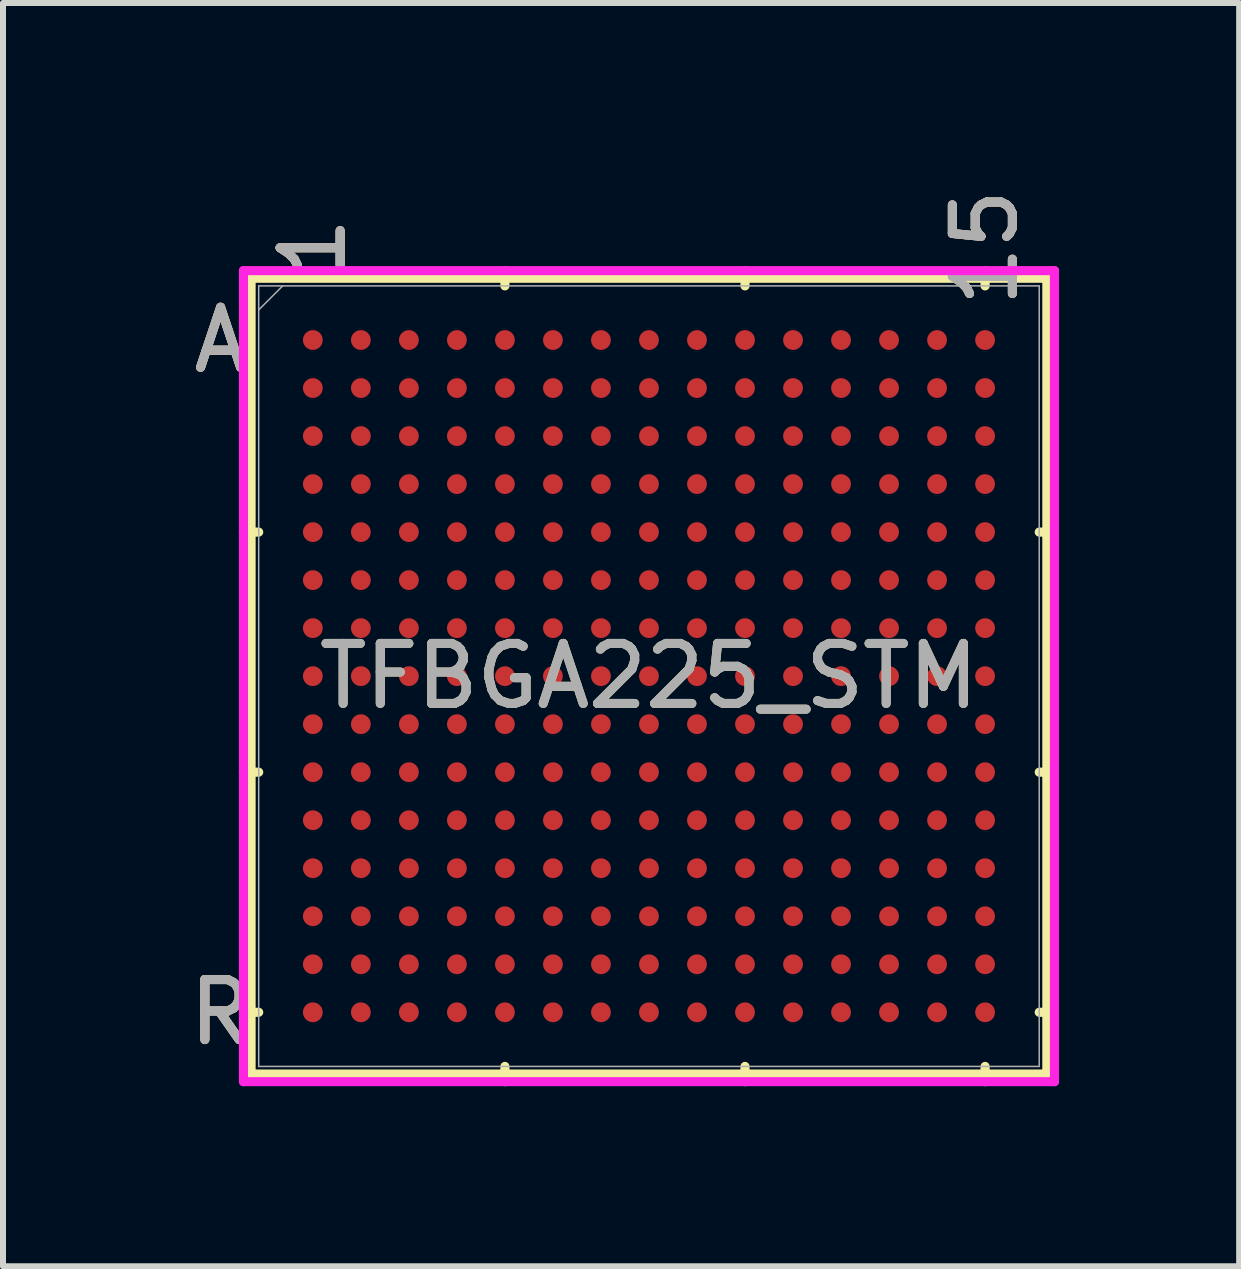
<source format=kicad_pcb>
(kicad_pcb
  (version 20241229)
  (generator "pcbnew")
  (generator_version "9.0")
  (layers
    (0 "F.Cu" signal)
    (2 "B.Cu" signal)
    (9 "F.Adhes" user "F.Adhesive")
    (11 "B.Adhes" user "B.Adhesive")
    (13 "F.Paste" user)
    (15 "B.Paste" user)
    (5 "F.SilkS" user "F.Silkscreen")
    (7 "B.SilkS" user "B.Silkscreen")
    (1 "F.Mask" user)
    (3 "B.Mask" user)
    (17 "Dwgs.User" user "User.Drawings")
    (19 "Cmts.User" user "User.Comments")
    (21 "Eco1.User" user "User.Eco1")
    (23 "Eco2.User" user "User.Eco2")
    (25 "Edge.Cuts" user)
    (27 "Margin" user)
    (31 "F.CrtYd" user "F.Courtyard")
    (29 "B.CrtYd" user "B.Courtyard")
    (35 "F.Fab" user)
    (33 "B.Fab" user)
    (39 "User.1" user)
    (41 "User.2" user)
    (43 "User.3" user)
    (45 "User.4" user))
  (footprint "TFBGA225_STM"
    (layer "F.Cu")
    (at 7.762 8.215)
    (property "Reference" "TFBGA225_STM" (at 0 0 0) (unlocked yes) (layer "F.SilkS") (effects (font (size 1 1) (thickness 0.15))))
    (attr smd)
    (fp_line (start -6.629 -6.629) (end -6.629 6.629) (stroke (width 0.152) (type solid)) (layer "F.SilkS"))
    (fp_line (start -6.629 6.629) (end 6.629 6.629) (stroke (width 0.152) (type solid)) (layer "F.SilkS"))
    (fp_line (start -6.502 -2.4) (end -6.756 -2.4) (stroke (width 0.152) (type solid)) (layer "F.SilkS"))
    (fp_line (start -6.502 1.6) (end -6.756 1.6) (stroke (width 0.152) (type solid)) (layer "F.SilkS"))
    (fp_line (start -6.502 5.6) (end -6.756 5.6) (stroke (width 0.152) (type solid)) (layer "F.SilkS"))
    (fp_line (start -2.4 -6.502) (end -2.4 -6.756) (stroke (width 0.152) (type solid)) (layer "F.SilkS"))
    (fp_line (start -2.4 6.502) (end -2.4 6.756) (stroke (width 0.152) (type solid)) (layer "F.SilkS"))
    (fp_line (start 1.6 -6.502) (end 1.6 -6.756) (stroke (width 0.152) (type solid)) (layer "F.SilkS"))
    (fp_line (start 1.6 6.502) (end 1.6 6.756) (stroke (width 0.152) (type solid)) (layer "F.SilkS"))
    (fp_line (start 5.6 -6.502) (end 5.6 -6.756) (stroke (width 0.152) (type solid)) (layer "F.SilkS"))
    (fp_line (start 5.6 6.502) (end 5.6 6.756) (stroke (width 0.152) (type solid)) (layer "F.SilkS"))
    (fp_line (start 6.502 -2.4) (end 6.756 -2.4) (stroke (width 0.152) (type solid)) (layer "F.SilkS"))
    (fp_line (start 6.502 1.6) (end 6.756 1.6) (stroke (width 0.152) (type solid)) (layer "F.SilkS"))
    (fp_line (start 6.502 5.6) (end 6.756 5.6) (stroke (width 0.152) (type solid)) (layer "F.SilkS"))
    (fp_line (start 6.629 -6.629) (end -6.629 -6.629) (stroke (width 0.152) (type solid)) (layer "F.SilkS"))
    (fp_line (start 6.629 6.629) (end 6.629 -6.629) (stroke (width 0.152) (type solid)) (layer "F.SilkS"))
    (fp_poly (pts (xy -6.444 -6.444) (xy 6.444 -6.444) (xy 6.444 6.444) (xy -6.444 6.444)) (stroke (width 0.1) (type solid)) (fill no) (layer "Eco2.User"))
    (fp_line (start -6.756 -6.756) (end 6.756 -6.756) (stroke (width 0.152) (type solid)) (layer "F.CrtYd"))
    (fp_line (start -6.756 6.756) (end -6.756 -6.756) (stroke (width 0.152) (type solid)) (layer "F.CrtYd"))
    (fp_line (start 6.756 -6.756) (end 6.756 6.756) (stroke (width 0.152) (type solid)) (layer "F.CrtYd"))
    (fp_line (start 6.756 6.756) (end -6.756 6.756) (stroke (width 0.152) (type solid)) (layer "F.CrtYd"))
    (fp_line (start -6.502 -6.502) (end -6.502 6.502) (stroke (width 0.025) (type solid)) (layer "F.Fab"))
    (fp_line (start -6.502 6.502) (end 6.502 6.502) (stroke (width 0.025) (type solid)) (layer "F.Fab"))
    (fp_line (start -6.102 -6.502) (end -6.502 -6.102) (stroke (width 0.025) (type solid)) (layer "F.Fab"))
    (fp_line (start 6.502 -6.502) (end -6.502 -6.502) (stroke (width 0.025) (type solid)) (layer "F.Fab"))
    (fp_line (start 6.502 6.502) (end 6.502 -6.502) (stroke (width 0.025) (type solid)) (layer "F.Fab"))
    (fp_text user "R" (at -7.137 5.6 0) (unlocked yes) (layer "F.SilkS") (effects (font (size 1 1) (thickness 0.15))))
    (fp_text user "A" (at -7.137 -5.6 0) (unlocked yes) (layer "F.SilkS") (effects (font (size 1 1) (thickness 0.15))))
    (fp_text user "15" (at 5.6 -7.137 90) (unlocked yes) (layer "F.SilkS") (effects (font (size 1 1) (thickness 0.15))))
    (fp_text user "1" (at -5.6 -7.137 90) (unlocked yes) (layer "F.SilkS") (effects (font (size 1 1) (thickness 0.15))))
    (fp_text user "A" (at -7.137 -5.6 0) (unlocked yes) (layer "B.SilkS") (effects (font (size 1 1) (thickness 0.15))))
    (fp_text user "15" (at 5.6 -7.137 90) (unlocked yes) (layer "B.SilkS") (effects (font (size 1 1) (thickness 0.15))))
    (fp_text user "R" (at -7.137 5.6 0) (unlocked yes) (layer "B.SilkS") (effects (font (size 1 1) (thickness 0.15))))
    (fp_text user "1" (at -5.6 -7.137 90) (unlocked yes) (layer "B.SilkS") (effects (font (size 1 1) (thickness 0.15))))
    (fp_text user "${REFERENCE}" (at 0 0 0) (unlocked yes) (layer "F.Fab") (effects (font (size 1 1) (thickness 0.15))))
    (fp_text user "15" (at 5.6 -7.137 90) (unlocked yes) (layer "F.Fab") (effects (font (size 1 1) (thickness 0.15))))
    (fp_text user "A" (at -7.137 -5.6 0) (unlocked yes) (layer "F.Fab") (effects (font (size 1 1) (thickness 0.15))))
    (fp_text user "1" (at -5.6 -7.137 90) (unlocked yes) (layer "F.Fab") (effects (font (size 1 1) (thickness 0.15))))
    (fp_text user "R" (at -7.137 5.6 0) (unlocked yes) (layer "F.Fab") (effects (font (size 1 1) (thickness 0.15))))
    (pad "A1" smd circle (at -5.6 -5.6) (size 0.33 0.33) (layers "F.Cu" "F.Mask" "F.Paste"))
    (pad "A2" smd circle (at -4.8 -5.6) (size 0.33 0.33) (layers "F.Cu" "F.Mask" "F.Paste"))
    (pad "A3" smd circle (at -4 -5.6) (size 0.33 0.33) (layers "F.Cu" "F.Mask" "F.Paste"))
    (pad "A4" smd circle (at -3.2 -5.6) (size 0.33 0.33) (layers "F.Cu" "F.Mask" "F.Paste"))
    (pad "A5" smd circle (at -2.4 -5.6) (size 0.33 0.33) (layers "F.Cu" "F.Mask" "F.Paste"))
    (pad "A6" smd circle (at -1.6 -5.6) (size 0.33 0.33) (layers "F.Cu" "F.Mask" "F.Paste"))
    (pad "A7" smd circle (at -0.8 -5.6) (size 0.33 0.33) (layers "F.Cu" "F.Mask" "F.Paste"))
    (pad "A8" smd circle (at 0 -5.6) (size 0.33 0.33) (layers "F.Cu" "F.Mask" "F.Paste"))
    (pad "A9" smd circle (at 0.8 -5.6) (size 0.33 0.33) (layers "F.Cu" "F.Mask" "F.Paste"))
    (pad "A10" smd circle (at 1.6 -5.6) (size 0.33 0.33) (layers "F.Cu" "F.Mask" "F.Paste"))
    (pad "A11" smd circle (at 2.4 -5.6) (size 0.33 0.33) (layers "F.Cu" "F.Mask" "F.Paste"))
    (pad "A12" smd circle (at 3.2 -5.6) (size 0.33 0.33) (layers "F.Cu" "F.Mask" "F.Paste"))
    (pad "A13" smd circle (at 4 -5.6) (size 0.33 0.33) (layers "F.Cu" "F.Mask" "F.Paste"))
    (pad "A14" smd circle (at 4.8 -5.6) (size 0.33 0.33) (layers "F.Cu" "F.Mask" "F.Paste"))
    (pad "A15" smd circle (at 5.6 -5.6) (size 0.33 0.33) (layers "F.Cu" "F.Mask" "F.Paste"))
    (pad "B1" smd circle (at -5.6 -4.8) (size 0.33 0.33) (layers "F.Cu" "F.Mask" "F.Paste"))
    (pad "B2" smd circle (at -4.8 -4.8) (size 0.33 0.33) (layers "F.Cu" "F.Mask" "F.Paste"))
    (pad "B3" smd circle (at -4 -4.8) (size 0.33 0.33) (layers "F.Cu" "F.Mask" "F.Paste"))
    (pad "B4" smd circle (at -3.2 -4.8) (size 0.33 0.33) (layers "F.Cu" "F.Mask" "F.Paste"))
    (pad "B5" smd circle (at -2.4 -4.8) (size 0.33 0.33) (layers "F.Cu" "F.Mask" "F.Paste"))
    (pad "B6" smd circle (at -1.6 -4.8) (size 0.33 0.33) (layers "F.Cu" "F.Mask" "F.Paste"))
    (pad "B7" smd circle (at -0.8 -4.8) (size 0.33 0.33) (layers "F.Cu" "F.Mask" "F.Paste"))
    (pad "B8" smd circle (at 0 -4.8) (size 0.33 0.33) (layers "F.Cu" "F.Mask" "F.Paste"))
    (pad "B9" smd circle (at 0.8 -4.8) (size 0.33 0.33) (layers "F.Cu" "F.Mask" "F.Paste"))
    (pad "B10" smd circle (at 1.6 -4.8) (size 0.33 0.33) (layers "F.Cu" "F.Mask" "F.Paste"))
    (pad "B11" smd circle (at 2.4 -4.8) (size 0.33 0.33) (layers "F.Cu" "F.Mask" "F.Paste"))
    (pad "B12" smd circle (at 3.2 -4.8) (size 0.33 0.33) (layers "F.Cu" "F.Mask" "F.Paste"))
    (pad "B13" smd circle (at 4 -4.8) (size 0.33 0.33) (layers "F.Cu" "F.Mask" "F.Paste"))
    (pad "B14" smd circle (at 4.8 -4.8) (size 0.33 0.33) (layers "F.Cu" "F.Mask" "F.Paste"))
    (pad "B15" smd circle (at 5.6 -4.8) (size 0.33 0.33) (layers "F.Cu" "F.Mask" "F.Paste"))
    (pad "C1" smd circle (at -5.6 -4) (size 0.33 0.33) (layers "F.Cu" "F.Mask" "F.Paste"))
    (pad "C2" smd circle (at -4.8 -4) (size 0.33 0.33) (layers "F.Cu" "F.Mask" "F.Paste"))
    (pad "C3" smd circle (at -4 -4) (size 0.33 0.33) (layers "F.Cu" "F.Mask" "F.Paste"))
    (pad "C4" smd circle (at -3.2 -4) (size 0.33 0.33) (layers "F.Cu" "F.Mask" "F.Paste"))
    (pad "C5" smd circle (at -2.4 -4) (size 0.33 0.33) (layers "F.Cu" "F.Mask" "F.Paste"))
    (pad "C6" smd circle (at -1.6 -4) (size 0.33 0.33) (layers "F.Cu" "F.Mask" "F.Paste"))
    (pad "C7" smd circle (at -0.8 -4) (size 0.33 0.33) (layers "F.Cu" "F.Mask" "F.Paste"))
    (pad "C8" smd circle (at 0 -4) (size 0.33 0.33) (layers "F.Cu" "F.Mask" "F.Paste"))
    (pad "C9" smd circle (at 0.8 -4) (size 0.33 0.33) (layers "F.Cu" "F.Mask" "F.Paste"))
    (pad "C10" smd circle (at 1.6 -4) (size 0.33 0.33) (layers "F.Cu" "F.Mask" "F.Paste"))
    (pad "C11" smd circle (at 2.4 -4) (size 0.33 0.33) (layers "F.Cu" "F.Mask" "F.Paste"))
    (pad "C12" smd circle (at 3.2 -4) (size 0.33 0.33) (layers "F.Cu" "F.Mask" "F.Paste"))
    (pad "C13" smd circle (at 4 -4) (size 0.33 0.33) (layers "F.Cu" "F.Mask" "F.Paste"))
    (pad "C14" smd circle (at 4.8 -4) (size 0.33 0.33) (layers "F.Cu" "F.Mask" "F.Paste"))
    (pad "C15" smd circle (at 5.6 -4) (size 0.33 0.33) (layers "F.Cu" "F.Mask" "F.Paste"))
    (pad "D1" smd circle (at -5.6 -3.2) (size 0.33 0.33) (layers "F.Cu" "F.Mask" "F.Paste"))
    (pad "D2" smd circle (at -4.8 -3.2) (size 0.33 0.33) (layers "F.Cu" "F.Mask" "F.Paste"))
    (pad "D3" smd circle (at -4 -3.2) (size 0.33 0.33) (layers "F.Cu" "F.Mask" "F.Paste"))
    (pad "D4" smd circle (at -3.2 -3.2) (size 0.33 0.33) (layers "F.Cu" "F.Mask" "F.Paste"))
    (pad "D5" smd circle (at -2.4 -3.2) (size 0.33 0.33) (layers "F.Cu" "F.Mask" "F.Paste"))
    (pad "D6" smd circle (at -1.6 -3.2) (size 0.33 0.33) (layers "F.Cu" "F.Mask" "F.Paste"))
    (pad "D7" smd circle (at -0.8 -3.2) (size 0.33 0.33) (layers "F.Cu" "F.Mask" "F.Paste"))
    (pad "D8" smd circle (at 0 -3.2) (size 0.33 0.33) (layers "F.Cu" "F.Mask" "F.Paste"))
    (pad "D9" smd circle (at 0.8 -3.2) (size 0.33 0.33) (layers "F.Cu" "F.Mask" "F.Paste"))
    (pad "D10" smd circle (at 1.6 -3.2) (size 0.33 0.33) (layers "F.Cu" "F.Mask" "F.Paste"))
    (pad "D11" smd circle (at 2.4 -3.2) (size 0.33 0.33) (layers "F.Cu" "F.Mask" "F.Paste"))
    (pad "D12" smd circle (at 3.2 -3.2) (size 0.33 0.33) (layers "F.Cu" "F.Mask" "F.Paste"))
    (pad "D13" smd circle (at 4 -3.2) (size 0.33 0.33) (layers "F.Cu" "F.Mask" "F.Paste"))
    (pad "D14" smd circle (at 4.8 -3.2) (size 0.33 0.33) (layers "F.Cu" "F.Mask" "F.Paste"))
    (pad "D15" smd circle (at 5.6 -3.2) (size 0.33 0.33) (layers "F.Cu" "F.Mask" "F.Paste"))
    (pad "E1" smd circle (at -5.6 -2.4) (size 0.33 0.33) (layers "F.Cu" "F.Mask" "F.Paste"))
    (pad "E2" smd circle (at -4.8 -2.4) (size 0.33 0.33) (layers "F.Cu" "F.Mask" "F.Paste"))
    (pad "E3" smd circle (at -4 -2.4) (size 0.33 0.33) (layers "F.Cu" "F.Mask" "F.Paste"))
    (pad "E4" smd circle (at -3.2 -2.4) (size 0.33 0.33) (layers "F.Cu" "F.Mask" "F.Paste"))
    (pad "E5" smd circle (at -2.4 -2.4) (size 0.33 0.33) (layers "F.Cu" "F.Mask" "F.Paste"))
    (pad "E6" smd circle (at -1.6 -2.4) (size 0.33 0.33) (layers "F.Cu" "F.Mask" "F.Paste"))
    (pad "E7" smd circle (at -0.8 -2.4) (size 0.33 0.33) (layers "F.Cu" "F.Mask" "F.Paste"))
    (pad "E8" smd circle (at 0 -2.4) (size 0.33 0.33) (layers "F.Cu" "F.Mask" "F.Paste"))
    (pad "E9" smd circle (at 0.8 -2.4) (size 0.33 0.33) (layers "F.Cu" "F.Mask" "F.Paste"))
    (pad "E10" smd circle (at 1.6 -2.4) (size 0.33 0.33) (layers "F.Cu" "F.Mask" "F.Paste"))
    (pad "E11" smd circle (at 2.4 -2.4) (size 0.33 0.33) (layers "F.Cu" "F.Mask" "F.Paste"))
    (pad "E12" smd circle (at 3.2 -2.4) (size 0.33 0.33) (layers "F.Cu" "F.Mask" "F.Paste"))
    (pad "E13" smd circle (at 4 -2.4) (size 0.33 0.33) (layers "F.Cu" "F.Mask" "F.Paste"))
    (pad "E14" smd circle (at 4.8 -2.4) (size 0.33 0.33) (layers "F.Cu" "F.Mask" "F.Paste"))
    (pad "E15" smd circle (at 5.6 -2.4) (size 0.33 0.33) (layers "F.Cu" "F.Mask" "F.Paste"))
    (pad "F1" smd circle (at -5.6 -1.6) (size 0.33 0.33) (layers "F.Cu" "F.Mask" "F.Paste"))
    (pad "F2" smd circle (at -4.8 -1.6) (size 0.33 0.33) (layers "F.Cu" "F.Mask" "F.Paste"))
    (pad "F3" smd circle (at -4 -1.6) (size 0.33 0.33) (layers "F.Cu" "F.Mask" "F.Paste"))
    (pad "F4" smd circle (at -3.2 -1.6) (size 0.33 0.33) (layers "F.Cu" "F.Mask" "F.Paste"))
    (pad "F5" smd circle (at -2.4 -1.6) (size 0.33 0.33) (layers "F.Cu" "F.Mask" "F.Paste"))
    (pad "F6" smd circle (at -1.6 -1.6) (size 0.33 0.33) (layers "F.Cu" "F.Mask" "F.Paste"))
    (pad "F7" smd circle (at -0.8 -1.6) (size 0.33 0.33) (layers "F.Cu" "F.Mask" "F.Paste"))
    (pad "F8" smd circle (at 0 -1.6) (size 0.33 0.33) (layers "F.Cu" "F.Mask" "F.Paste"))
    (pad "F9" smd circle (at 0.8 -1.6) (size 0.33 0.33) (layers "F.Cu" "F.Mask" "F.Paste"))
    (pad "F10" smd circle (at 1.6 -1.6) (size 0.33 0.33) (layers "F.Cu" "F.Mask" "F.Paste"))
    (pad "F11" smd circle (at 2.4 -1.6) (size 0.33 0.33) (layers "F.Cu" "F.Mask" "F.Paste"))
    (pad "F12" smd circle (at 3.2 -1.6) (size 0.33 0.33) (layers "F.Cu" "F.Mask" "F.Paste"))
    (pad "F13" smd circle (at 4 -1.6) (size 0.33 0.33) (layers "F.Cu" "F.Mask" "F.Paste"))
    (pad "F14" smd circle (at 4.8 -1.6) (size 0.33 0.33) (layers "F.Cu" "F.Mask" "F.Paste"))
    (pad "F15" smd circle (at 5.6 -1.6) (size 0.33 0.33) (layers "F.Cu" "F.Mask" "F.Paste"))
    (pad "G1" smd circle (at -5.6 -0.8) (size 0.33 0.33) (layers "F.Cu" "F.Mask" "F.Paste"))
    (pad "G2" smd circle (at -4.8 -0.8) (size 0.33 0.33) (layers "F.Cu" "F.Mask" "F.Paste"))
    (pad "G3" smd circle (at -4 -0.8) (size 0.33 0.33) (layers "F.Cu" "F.Mask" "F.Paste"))
    (pad "G4" smd circle (at -3.2 -0.8) (size 0.33 0.33) (layers "F.Cu" "F.Mask" "F.Paste"))
    (pad "G5" smd circle (at -2.4 -0.8) (size 0.33 0.33) (layers "F.Cu" "F.Mask" "F.Paste"))
    (pad "G6" smd circle (at -1.6 -0.8) (size 0.33 0.33) (layers "F.Cu" "F.Mask" "F.Paste"))
    (pad "G7" smd circle (at -0.8 -0.8) (size 0.33 0.33) (layers "F.Cu" "F.Mask" "F.Paste"))
    (pad "G8" smd circle (at 0 -0.8) (size 0.33 0.33) (layers "F.Cu" "F.Mask" "F.Paste"))
    (pad "G9" smd circle (at 0.8 -0.8) (size 0.33 0.33) (layers "F.Cu" "F.Mask" "F.Paste"))
    (pad "G10" smd circle (at 1.6 -0.8) (size 0.33 0.33) (layers "F.Cu" "F.Mask" "F.Paste"))
    (pad "G11" smd circle (at 2.4 -0.8) (size 0.33 0.33) (layers "F.Cu" "F.Mask" "F.Paste"))
    (pad "G12" smd circle (at 3.2 -0.8) (size 0.33 0.33) (layers "F.Cu" "F.Mask" "F.Paste"))
    (pad "G13" smd circle (at 4 -0.8) (size 0.33 0.33) (layers "F.Cu" "F.Mask" "F.Paste"))
    (pad "G14" smd circle (at 4.8 -0.8) (size 0.33 0.33) (layers "F.Cu" "F.Mask" "F.Paste"))
    (pad "G15" smd circle (at 5.6 -0.8) (size 0.33 0.33) (layers "F.Cu" "F.Mask" "F.Paste"))
    (pad "H1" smd circle (at -5.6 0) (size 0.33 0.33) (layers "F.Cu" "F.Mask" "F.Paste"))
    (pad "H2" smd circle (at -4.8 0) (size 0.33 0.33) (layers "F.Cu" "F.Mask" "F.Paste"))
    (pad "H3" smd circle (at -4 0) (size 0.33 0.33) (layers "F.Cu" "F.Mask" "F.Paste"))
    (pad "H4" smd circle (at -3.2 0) (size 0.33 0.33) (layers "F.Cu" "F.Mask" "F.Paste"))
    (pad "H5" smd circle (at -2.4 0) (size 0.33 0.33) (layers "F.Cu" "F.Mask" "F.Paste"))
    (pad "H6" smd circle (at -1.6 0) (size 0.33 0.33) (layers "F.Cu" "F.Mask" "F.Paste"))
    (pad "H7" smd circle (at -0.8 0) (size 0.33 0.33) (layers "F.Cu" "F.Mask" "F.Paste"))
    (pad "H8" smd circle (at 0 0) (size 0.33 0.33) (layers "F.Cu" "F.Mask" "F.Paste"))
    (pad "H9" smd circle (at 0.8 0) (size 0.33 0.33) (layers "F.Cu" "F.Mask" "F.Paste"))
    (pad "H10" smd circle (at 1.6 0) (size 0.33 0.33) (layers "F.Cu" "F.Mask" "F.Paste"))
    (pad "H11" smd circle (at 2.4 0) (size 0.33 0.33) (layers "F.Cu" "F.Mask" "F.Paste"))
    (pad "H12" smd circle (at 3.2 0) (size 0.33 0.33) (layers "F.Cu" "F.Mask" "F.Paste"))
    (pad "H13" smd circle (at 4 0) (size 0.33 0.33) (layers "F.Cu" "F.Mask" "F.Paste"))
    (pad "H14" smd circle (at 4.8 0) (size 0.33 0.33) (layers "F.Cu" "F.Mask" "F.Paste"))
    (pad "H15" smd circle (at 5.6 0) (size 0.33 0.33) (layers "F.Cu" "F.Mask" "F.Paste"))
    (pad "J1" smd circle (at -5.6 0.8) (size 0.33 0.33) (layers "F.Cu" "F.Mask" "F.Paste"))
    (pad "J2" smd circle (at -4.8 0.8) (size 0.33 0.33) (layers "F.Cu" "F.Mask" "F.Paste"))
    (pad "J3" smd circle (at -4 0.8) (size 0.33 0.33) (layers "F.Cu" "F.Mask" "F.Paste"))
    (pad "J4" smd circle (at -3.2 0.8) (size 0.33 0.33) (layers "F.Cu" "F.Mask" "F.Paste"))
    (pad "J5" smd circle (at -2.4 0.8) (size 0.33 0.33) (layers "F.Cu" "F.Mask" "F.Paste"))
    (pad "J6" smd circle (at -1.6 0.8) (size 0.33 0.33) (layers "F.Cu" "F.Mask" "F.Paste"))
    (pad "J7" smd circle (at -0.8 0.8) (size 0.33 0.33) (layers "F.Cu" "F.Mask" "F.Paste"))
    (pad "J8" smd circle (at 0 0.8) (size 0.33 0.33) (layers "F.Cu" "F.Mask" "F.Paste"))
    (pad "J9" smd circle (at 0.8 0.8) (size 0.33 0.33) (layers "F.Cu" "F.Mask" "F.Paste"))
    (pad "J10" smd circle (at 1.6 0.8) (size 0.33 0.33) (layers "F.Cu" "F.Mask" "F.Paste"))
    (pad "J11" smd circle (at 2.4 0.8) (size 0.33 0.33) (layers "F.Cu" "F.Mask" "F.Paste"))
    (pad "J12" smd circle (at 3.2 0.8) (size 0.33 0.33) (layers "F.Cu" "F.Mask" "F.Paste"))
    (pad "J13" smd circle (at 4 0.8) (size 0.33 0.33) (layers "F.Cu" "F.Mask" "F.Paste"))
    (pad "J14" smd circle (at 4.8 0.8) (size 0.33 0.33) (layers "F.Cu" "F.Mask" "F.Paste"))
    (pad "J15" smd circle (at 5.6 0.8) (size 0.33 0.33) (layers "F.Cu" "F.Mask" "F.Paste"))
    (pad "K1" smd circle (at -5.6 1.6) (size 0.33 0.33) (layers "F.Cu" "F.Mask" "F.Paste"))
    (pad "K2" smd circle (at -4.8 1.6) (size 0.33 0.33) (layers "F.Cu" "F.Mask" "F.Paste"))
    (pad "K3" smd circle (at -4 1.6) (size 0.33 0.33) (layers "F.Cu" "F.Mask" "F.Paste"))
    (pad "K4" smd circle (at -3.2 1.6) (size 0.33 0.33) (layers "F.Cu" "F.Mask" "F.Paste"))
    (pad "K5" smd circle (at -2.4 1.6) (size 0.33 0.33) (layers "F.Cu" "F.Mask" "F.Paste"))
    (pad "K6" smd circle (at -1.6 1.6) (size 0.33 0.33) (layers "F.Cu" "F.Mask" "F.Paste"))
    (pad "K7" smd circle (at -0.8 1.6) (size 0.33 0.33) (layers "F.Cu" "F.Mask" "F.Paste"))
    (pad "K8" smd circle (at 0 1.6) (size 0.33 0.33) (layers "F.Cu" "F.Mask" "F.Paste"))
    (pad "K9" smd circle (at 0.8 1.6) (size 0.33 0.33) (layers "F.Cu" "F.Mask" "F.Paste"))
    (pad "K10" smd circle (at 1.6 1.6) (size 0.33 0.33) (layers "F.Cu" "F.Mask" "F.Paste"))
    (pad "K11" smd circle (at 2.4 1.6) (size 0.33 0.33) (layers "F.Cu" "F.Mask" "F.Paste"))
    (pad "K12" smd circle (at 3.2 1.6) (size 0.33 0.33) (layers "F.Cu" "F.Mask" "F.Paste"))
    (pad "K13" smd circle (at 4 1.6) (size 0.33 0.33) (layers "F.Cu" "F.Mask" "F.Paste"))
    (pad "K14" smd circle (at 4.8 1.6) (size 0.33 0.33) (layers "F.Cu" "F.Mask" "F.Paste"))
    (pad "K15" smd circle (at 5.6 1.6) (size 0.33 0.33) (layers "F.Cu" "F.Mask" "F.Paste"))
    (pad "L1" smd circle (at -5.6 2.4) (size 0.33 0.33) (layers "F.Cu" "F.Mask" "F.Paste"))
    (pad "L2" smd circle (at -4.8 2.4) (size 0.33 0.33) (layers "F.Cu" "F.Mask" "F.Paste"))
    (pad "L3" smd circle (at -4 2.4) (size 0.33 0.33) (layers "F.Cu" "F.Mask" "F.Paste"))
    (pad "L4" smd circle (at -3.2 2.4) (size 0.33 0.33) (layers "F.Cu" "F.Mask" "F.Paste"))
    (pad "L5" smd circle (at -2.4 2.4) (size 0.33 0.33) (layers "F.Cu" "F.Mask" "F.Paste"))
    (pad "L6" smd circle (at -1.6 2.4) (size 0.33 0.33) (layers "F.Cu" "F.Mask" "F.Paste"))
    (pad "L7" smd circle (at -0.8 2.4) (size 0.33 0.33) (layers "F.Cu" "F.Mask" "F.Paste"))
    (pad "L8" smd circle (at 0 2.4) (size 0.33 0.33) (layers "F.Cu" "F.Mask" "F.Paste"))
    (pad "L9" smd circle (at 0.8 2.4) (size 0.33 0.33) (layers "F.Cu" "F.Mask" "F.Paste"))
    (pad "L10" smd circle (at 1.6 2.4) (size 0.33 0.33) (layers "F.Cu" "F.Mask" "F.Paste"))
    (pad "L11" smd circle (at 2.4 2.4) (size 0.33 0.33) (layers "F.Cu" "F.Mask" "F.Paste"))
    (pad "L12" smd circle (at 3.2 2.4) (size 0.33 0.33) (layers "F.Cu" "F.Mask" "F.Paste"))
    (pad "L13" smd circle (at 4 2.4) (size 0.33 0.33) (layers "F.Cu" "F.Mask" "F.Paste"))
    (pad "L14" smd circle (at 4.8 2.4) (size 0.33 0.33) (layers "F.Cu" "F.Mask" "F.Paste"))
    (pad "L15" smd circle (at 5.6 2.4) (size 0.33 0.33) (layers "F.Cu" "F.Mask" "F.Paste"))
    (pad "M1" smd circle (at -5.6 3.2) (size 0.33 0.33) (layers "F.Cu" "F.Mask" "F.Paste"))
    (pad "M2" smd circle (at -4.8 3.2) (size 0.33 0.33) (layers "F.Cu" "F.Mask" "F.Paste"))
    (pad "M3" smd circle (at -4 3.2) (size 0.33 0.33) (layers "F.Cu" "F.Mask" "F.Paste"))
    (pad "M4" smd circle (at -3.2 3.2) (size 0.33 0.33) (layers "F.Cu" "F.Mask" "F.Paste"))
    (pad "M5" smd circle (at -2.4 3.2) (size 0.33 0.33) (layers "F.Cu" "F.Mask" "F.Paste"))
    (pad "M6" smd circle (at -1.6 3.2) (size 0.33 0.33) (layers "F.Cu" "F.Mask" "F.Paste"))
    (pad "M7" smd circle (at -0.8 3.2) (size 0.33 0.33) (layers "F.Cu" "F.Mask" "F.Paste"))
    (pad "M8" smd circle (at 0 3.2) (size 0.33 0.33) (layers "F.Cu" "F.Mask" "F.Paste"))
    (pad "M9" smd circle (at 0.8 3.2) (size 0.33 0.33) (layers "F.Cu" "F.Mask" "F.Paste"))
    (pad "M10" smd circle (at 1.6 3.2) (size 0.33 0.33) (layers "F.Cu" "F.Mask" "F.Paste"))
    (pad "M11" smd circle (at 2.4 3.2) (size 0.33 0.33) (layers "F.Cu" "F.Mask" "F.Paste"))
    (pad "M12" smd circle (at 3.2 3.2) (size 0.33 0.33) (layers "F.Cu" "F.Mask" "F.Paste"))
    (pad "M13" smd circle (at 4 3.2) (size 0.33 0.33) (layers "F.Cu" "F.Mask" "F.Paste"))
    (pad "M14" smd circle (at 4.8 3.2) (size 0.33 0.33) (layers "F.Cu" "F.Mask" "F.Paste"))
    (pad "M15" smd circle (at 5.6 3.2) (size 0.33 0.33) (layers "F.Cu" "F.Mask" "F.Paste"))
    (pad "N1" smd circle (at -5.6 4) (size 0.33 0.33) (layers "F.Cu" "F.Mask" "F.Paste"))
    (pad "N2" smd circle (at -4.8 4) (size 0.33 0.33) (layers "F.Cu" "F.Mask" "F.Paste"))
    (pad "N3" smd circle (at -4 4) (size 0.33 0.33) (layers "F.Cu" "F.Mask" "F.Paste"))
    (pad "N4" smd circle (at -3.2 4) (size 0.33 0.33) (layers "F.Cu" "F.Mask" "F.Paste"))
    (pad "N5" smd circle (at -2.4 4) (size 0.33 0.33) (layers "F.Cu" "F.Mask" "F.Paste"))
    (pad "N6" smd circle (at -1.6 4) (size 0.33 0.33) (layers "F.Cu" "F.Mask" "F.Paste"))
    (pad "N7" smd circle (at -0.8 4) (size 0.33 0.33) (layers "F.Cu" "F.Mask" "F.Paste"))
    (pad "N8" smd circle (at 0 4) (size 0.33 0.33) (layers "F.Cu" "F.Mask" "F.Paste"))
    (pad "N9" smd circle (at 0.8 4) (size 0.33 0.33) (layers "F.Cu" "F.Mask" "F.Paste"))
    (pad "N10" smd circle (at 1.6 4) (size 0.33 0.33) (layers "F.Cu" "F.Mask" "F.Paste"))
    (pad "N11" smd circle (at 2.4 4) (size 0.33 0.33) (layers "F.Cu" "F.Mask" "F.Paste"))
    (pad "N12" smd circle (at 3.2 4) (size 0.33 0.33) (layers "F.Cu" "F.Mask" "F.Paste"))
    (pad "N13" smd circle (at 4 4) (size 0.33 0.33) (layers "F.Cu" "F.Mask" "F.Paste"))
    (pad "N14" smd circle (at 4.8 4) (size 0.33 0.33) (layers "F.Cu" "F.Mask" "F.Paste"))
    (pad "N15" smd circle (at 5.6 4) (size 0.33 0.33) (layers "F.Cu" "F.Mask" "F.Paste"))
    (pad "P1" smd circle (at -5.6 4.8) (size 0.33 0.33) (layers "F.Cu" "F.Mask" "F.Paste"))
    (pad "P2" smd circle (at -4.8 4.8) (size 0.33 0.33) (layers "F.Cu" "F.Mask" "F.Paste"))
    (pad "P3" smd circle (at -4 4.8) (size 0.33 0.33) (layers "F.Cu" "F.Mask" "F.Paste"))
    (pad "P4" smd circle (at -3.2 4.8) (size 0.33 0.33) (layers "F.Cu" "F.Mask" "F.Paste"))
    (pad "P5" smd circle (at -2.4 4.8) (size 0.33 0.33) (layers "F.Cu" "F.Mask" "F.Paste"))
    (pad "P6" smd circle (at -1.6 4.8) (size 0.33 0.33) (layers "F.Cu" "F.Mask" "F.Paste"))
    (pad "P7" smd circle (at -0.8 4.8) (size 0.33 0.33) (layers "F.Cu" "F.Mask" "F.Paste"))
    (pad "P8" smd circle (at 0 4.8) (size 0.33 0.33) (layers "F.Cu" "F.Mask" "F.Paste"))
    (pad "P9" smd circle (at 0.8 4.8) (size 0.33 0.33) (layers "F.Cu" "F.Mask" "F.Paste"))
    (pad "P10" smd circle (at 1.6 4.8) (size 0.33 0.33) (layers "F.Cu" "F.Mask" "F.Paste"))
    (pad "P11" smd circle (at 2.4 4.8) (size 0.33 0.33) (layers "F.Cu" "F.Mask" "F.Paste"))
    (pad "P12" smd circle (at 3.2 4.8) (size 0.33 0.33) (layers "F.Cu" "F.Mask" "F.Paste"))
    (pad "P13" smd circle (at 4 4.8) (size 0.33 0.33) (layers "F.Cu" "F.Mask" "F.Paste"))
    (pad "P14" smd circle (at 4.8 4.8) (size 0.33 0.33) (layers "F.Cu" "F.Mask" "F.Paste"))
    (pad "P15" smd circle (at 5.6 4.8) (size 0.33 0.33) (layers "F.Cu" "F.Mask" "F.Paste"))
    (pad "R1" smd circle (at -5.6 5.6) (size 0.33 0.33) (layers "F.Cu" "F.Mask" "F.Paste"))
    (pad "R2" smd circle (at -4.8 5.6) (size 0.33 0.33) (layers "F.Cu" "F.Mask" "F.Paste"))
    (pad "R3" smd circle (at -4 5.6) (size 0.33 0.33) (layers "F.Cu" "F.Mask" "F.Paste"))
    (pad "R4" smd circle (at -3.2 5.6) (size 0.33 0.33) (layers "F.Cu" "F.Mask" "F.Paste"))
    (pad "R5" smd circle (at -2.4 5.6) (size 0.33 0.33) (layers "F.Cu" "F.Mask" "F.Paste"))
    (pad "R6" smd circle (at -1.6 5.6) (size 0.33 0.33) (layers "F.Cu" "F.Mask" "F.Paste"))
    (pad "R7" smd circle (at -0.8 5.6) (size 0.33 0.33) (layers "F.Cu" "F.Mask" "F.Paste"))
    (pad "R8" smd circle (at 0 5.6) (size 0.33 0.33) (layers "F.Cu" "F.Mask" "F.Paste"))
    (pad "R9" smd circle (at 0.8 5.6) (size 0.33 0.33) (layers "F.Cu" "F.Mask" "F.Paste"))
    (pad "R10" smd circle (at 1.6 5.6) (size 0.33 0.33) (layers "F.Cu" "F.Mask" "F.Paste"))
    (pad "R11" smd circle (at 2.4 5.6) (size 0.33 0.33) (layers "F.Cu" "F.Mask" "F.Paste"))
    (pad "R12" smd circle (at 3.2 5.6) (size 0.33 0.33) (layers "F.Cu" "F.Mask" "F.Paste"))
    (pad "R13" smd circle (at 4 5.6) (size 0.33 0.33) (layers "F.Cu" "F.Mask" "F.Paste"))
    (pad "R14" smd circle (at 4.8 5.6) (size 0.33 0.33) (layers "F.Cu" "F.Mask" "F.Paste"))
    (pad "R15" smd circle (at 5.6 5.6) (size 0.33 0.33) (layers "F.Cu" "F.Mask" "F.Paste")))
  (gr_rect
    (start -3 -3)
    (end 17.595 18.047)
    (stroke (width 0.1) (type default))
    (fill no)
    (layer "Edge.Cuts")))
</source>
